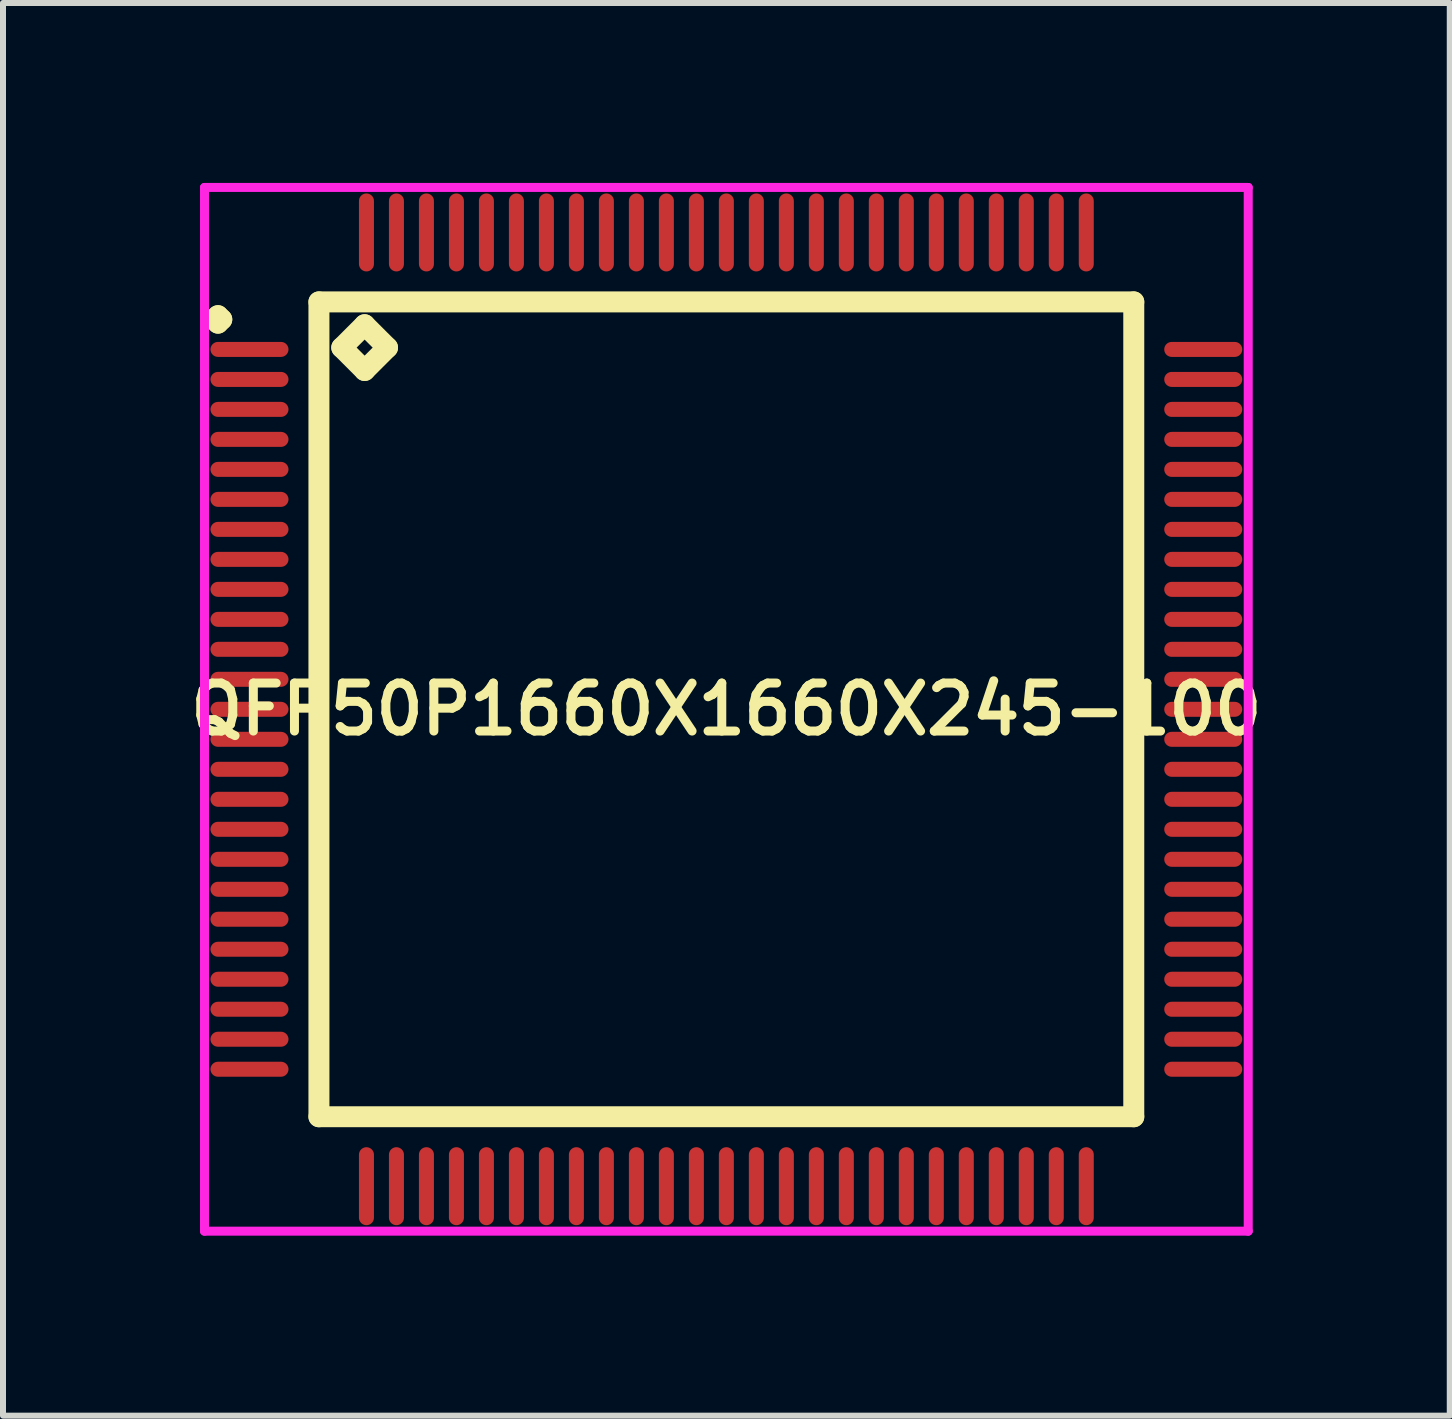
<source format=kicad_pcb>
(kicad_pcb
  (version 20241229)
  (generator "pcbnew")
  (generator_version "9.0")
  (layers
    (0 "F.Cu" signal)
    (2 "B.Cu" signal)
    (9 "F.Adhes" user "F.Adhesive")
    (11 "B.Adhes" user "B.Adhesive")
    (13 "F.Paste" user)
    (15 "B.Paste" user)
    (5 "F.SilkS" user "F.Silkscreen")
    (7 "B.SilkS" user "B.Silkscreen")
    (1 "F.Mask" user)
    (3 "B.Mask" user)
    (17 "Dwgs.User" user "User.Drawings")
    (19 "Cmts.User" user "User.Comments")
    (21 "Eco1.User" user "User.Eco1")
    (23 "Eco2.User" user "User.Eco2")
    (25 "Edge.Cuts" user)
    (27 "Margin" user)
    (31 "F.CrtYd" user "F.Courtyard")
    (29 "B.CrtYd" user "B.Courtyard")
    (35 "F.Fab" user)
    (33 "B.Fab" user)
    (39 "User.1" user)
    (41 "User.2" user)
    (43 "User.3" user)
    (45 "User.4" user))
  (footprint "QFP50P1660X1660X245-100"
    (layer "F.Cu")
    (at 9.059 8.775)
    (property "Reference" "QFP50P1660X1660X245-100" (at 0 0 0) (layer "F.SilkS") (effects (font (size 0.8 0.8) (thickness 0.15))))
    (attr smd)
    (fp_line (start -8.537 -6.5) (end -8.475 -6.562) (stroke (width 0.35) (type solid)) (layer "F.SilkS"))
    (fp_line (start -8.475 -6.562) (end -8.412 -6.5) (stroke (width 0.35) (type solid)) (layer "F.SilkS"))
    (fp_line (start -8.475 -6.438) (end -8.537 -6.5) (stroke (width 0.35) (type solid)) (layer "F.SilkS"))
    (fp_line (start -8.412 -6.5) (end -8.475 -6.438) (stroke (width 0.35) (type solid)) (layer "F.SilkS"))
    (fp_line (start -6.792 -6.792) (end -6.792 6.792) (stroke (width 0.35) (type solid)) (layer "F.SilkS"))
    (fp_line (start -6.792 6.792) (end 6.792 6.792) (stroke (width 0.35) (type solid)) (layer "F.SilkS"))
    (fp_line (start -6.411 -6.03) (end -6.03 -6.411) (stroke (width 0.35) (type solid)) (layer "F.SilkS"))
    (fp_line (start -6.03 -6.411) (end -5.649 -6.03) (stroke (width 0.35) (type solid)) (layer "F.SilkS"))
    (fp_line (start -6.03 -5.649) (end -6.411 -6.03) (stroke (width 0.35) (type solid)) (layer "F.SilkS"))
    (fp_line (start -5.649 -6.03) (end -6.03 -5.649) (stroke (width 0.35) (type solid)) (layer "F.SilkS"))
    (fp_line (start 6.792 -6.792) (end -6.792 -6.792) (stroke (width 0.35) (type solid)) (layer "F.SilkS"))
    (fp_line (start 6.792 6.792) (end 6.792 -6.792) (stroke (width 0.35) (type solid)) (layer "F.SilkS"))
    (fp_line (start -8.7 -8.7) (end 8.7 -8.7) (stroke (width 0.15) (type solid)) (layer "F.CrtYd"))
    (fp_line (start -8.7 8.7) (end -8.7 -8.7) (stroke (width 0.15) (type solid)) (layer "F.CrtYd"))
    (fp_line (start 8.7 -8.7) (end 8.7 8.7) (stroke (width 0.15) (type solid)) (layer "F.CrtYd"))
    (fp_line (start 8.7 8.7) (end -8.7 8.7) (stroke (width 0.15) (type solid)) (layer "F.CrtYd"))
    (pad "1" smd oval (at -7.95 -6) (size 1.3 0.25) (layers "F.Cu" "F.Mask" "F.Paste"))
    (pad "2" smd oval (at -7.95 -5.5) (size 1.3 0.25) (layers "F.Cu" "F.Mask" "F.Paste"))
    (pad "3" smd oval (at -7.95 -5) (size 1.3 0.25) (layers "F.Cu" "F.Mask" "F.Paste"))
    (pad "4" smd oval (at -7.95 -4.5) (size 1.3 0.25) (layers "F.Cu" "F.Mask" "F.Paste"))
    (pad "5" smd oval (at -7.95 -4) (size 1.3 0.25) (layers "F.Cu" "F.Mask" "F.Paste"))
    (pad "6" smd oval (at -7.95 -3.5) (size 1.3 0.25) (layers "F.Cu" "F.Mask" "F.Paste"))
    (pad "7" smd oval (at -7.95 -3) (size 1.3 0.25) (layers "F.Cu" "F.Mask" "F.Paste"))
    (pad "8" smd oval (at -7.95 -2.5) (size 1.3 0.25) (layers "F.Cu" "F.Mask" "F.Paste"))
    (pad "9" smd oval (at -7.95 -2) (size 1.3 0.25) (layers "F.Cu" "F.Mask" "F.Paste"))
    (pad "10" smd oval (at -7.95 -1.5) (size 1.3 0.25) (layers "F.Cu" "F.Mask" "F.Paste"))
    (pad "11" smd oval (at -7.95 -1) (size 1.3 0.25) (layers "F.Cu" "F.Mask" "F.Paste"))
    (pad "12" smd oval (at -7.95 -0.5) (size 1.3 0.25) (layers "F.Cu" "F.Mask" "F.Paste"))
    (pad "13" smd oval (at -7.95 0) (size 1.3 0.25) (layers "F.Cu" "F.Mask" "F.Paste"))
    (pad "14" smd oval (at -7.95 0.5) (size 1.3 0.25) (layers "F.Cu" "F.Mask" "F.Paste"))
    (pad "15" smd oval (at -7.95 1) (size 1.3 0.25) (layers "F.Cu" "F.Mask" "F.Paste"))
    (pad "16" smd oval (at -7.95 1.5) (size 1.3 0.25) (layers "F.Cu" "F.Mask" "F.Paste"))
    (pad "17" smd oval (at -7.95 2) (size 1.3 0.25) (layers "F.Cu" "F.Mask" "F.Paste"))
    (pad "18" smd oval (at -7.95 2.5) (size 1.3 0.25) (layers "F.Cu" "F.Mask" "F.Paste"))
    (pad "19" smd oval (at -7.95 3) (size 1.3 0.25) (layers "F.Cu" "F.Mask" "F.Paste"))
    (pad "20" smd oval (at -7.95 3.5) (size 1.3 0.25) (layers "F.Cu" "F.Mask" "F.Paste"))
    (pad "21" smd oval (at -7.95 4) (size 1.3 0.25) (layers "F.Cu" "F.Mask" "F.Paste"))
    (pad "22" smd oval (at -7.95 4.5) (size 1.3 0.25) (layers "F.Cu" "F.Mask" "F.Paste"))
    (pad "23" smd oval (at -7.95 5) (size 1.3 0.25) (layers "F.Cu" "F.Mask" "F.Paste"))
    (pad "24" smd oval (at -7.95 5.5) (size 1.3 0.25) (layers "F.Cu" "F.Mask" "F.Paste"))
    (pad "25" smd oval (at -7.95 6) (size 1.3 0.25) (layers "F.Cu" "F.Mask" "F.Paste"))
    (pad "26" smd oval (at -6 7.95) (size 0.25 1.3) (layers "F.Cu" "F.Mask" "F.Paste"))
    (pad "27" smd oval (at -5.5 7.95) (size 0.25 1.3) (layers "F.Cu" "F.Mask" "F.Paste"))
    (pad "28" smd oval (at -5 7.95) (size 0.25 1.3) (layers "F.Cu" "F.Mask" "F.Paste"))
    (pad "29" smd oval (at -4.5 7.95) (size 0.25 1.3) (layers "F.Cu" "F.Mask" "F.Paste"))
    (pad "30" smd oval (at -4 7.95) (size 0.25 1.3) (layers "F.Cu" "F.Mask" "F.Paste"))
    (pad "31" smd oval (at -3.5 7.95) (size 0.25 1.3) (layers "F.Cu" "F.Mask" "F.Paste"))
    (pad "32" smd oval (at -3 7.95) (size 0.25 1.3) (layers "F.Cu" "F.Mask" "F.Paste"))
    (pad "33" smd oval (at -2.5 7.95) (size 0.25 1.3) (layers "F.Cu" "F.Mask" "F.Paste"))
    (pad "34" smd oval (at -2 7.95) (size 0.25 1.3) (layers "F.Cu" "F.Mask" "F.Paste"))
    (pad "35" smd oval (at -1.5 7.95) (size 0.25 1.3) (layers "F.Cu" "F.Mask" "F.Paste"))
    (pad "36" smd oval (at -1 7.95) (size 0.25 1.3) (layers "F.Cu" "F.Mask" "F.Paste"))
    (pad "37" smd oval (at -0.5 7.95) (size 0.25 1.3) (layers "F.Cu" "F.Mask" "F.Paste"))
    (pad "38" smd oval (at 0 7.95) (size 0.25 1.3) (layers "F.Cu" "F.Mask" "F.Paste"))
    (pad "39" smd oval (at 0.5 7.95) (size 0.25 1.3) (layers "F.Cu" "F.Mask" "F.Paste"))
    (pad "40" smd oval (at 1 7.95) (size 0.25 1.3) (layers "F.Cu" "F.Mask" "F.Paste"))
    (pad "41" smd oval (at 1.5 7.95) (size 0.25 1.3) (layers "F.Cu" "F.Mask" "F.Paste"))
    (pad "42" smd oval (at 2 7.95) (size 0.25 1.3) (layers "F.Cu" "F.Mask" "F.Paste"))
    (pad "43" smd oval (at 2.5 7.95) (size 0.25 1.3) (layers "F.Cu" "F.Mask" "F.Paste"))
    (pad "44" smd oval (at 3 7.95) (size 0.25 1.3) (layers "F.Cu" "F.Mask" "F.Paste"))
    (pad "45" smd oval (at 3.5 7.95) (size 0.25 1.3) (layers "F.Cu" "F.Mask" "F.Paste"))
    (pad "46" smd oval (at 4 7.95) (size 0.25 1.3) (layers "F.Cu" "F.Mask" "F.Paste"))
    (pad "47" smd oval (at 4.5 7.95) (size 0.25 1.3) (layers "F.Cu" "F.Mask" "F.Paste"))
    (pad "48" smd oval (at 5 7.95) (size 0.25 1.3) (layers "F.Cu" "F.Mask" "F.Paste"))
    (pad "49" smd oval (at 5.5 7.95) (size 0.25 1.3) (layers "F.Cu" "F.Mask" "F.Paste"))
    (pad "50" smd oval (at 6 7.95) (size 0.25 1.3) (layers "F.Cu" "F.Mask" "F.Paste"))
    (pad "51" smd oval (at 7.95 6) (size 1.3 0.25) (layers "F.Cu" "F.Mask" "F.Paste"))
    (pad "52" smd oval (at 7.95 5.5) (size 1.3 0.25) (layers "F.Cu" "F.Mask" "F.Paste"))
    (pad "53" smd oval (at 7.95 5) (size 1.3 0.25) (layers "F.Cu" "F.Mask" "F.Paste"))
    (pad "54" smd oval (at 7.95 4.5) (size 1.3 0.25) (layers "F.Cu" "F.Mask" "F.Paste"))
    (pad "55" smd oval (at 7.95 4) (size 1.3 0.25) (layers "F.Cu" "F.Mask" "F.Paste"))
    (pad "56" smd oval (at 7.95 3.5) (size 1.3 0.25) (layers "F.Cu" "F.Mask" "F.Paste"))
    (pad "57" smd oval (at 7.95 3) (size 1.3 0.25) (layers "F.Cu" "F.Mask" "F.Paste"))
    (pad "58" smd oval (at 7.95 2.5) (size 1.3 0.25) (layers "F.Cu" "F.Mask" "F.Paste"))
    (pad "59" smd oval (at 7.95 2) (size 1.3 0.25) (layers "F.Cu" "F.Mask" "F.Paste"))
    (pad "60" smd oval (at 7.95 1.5) (size 1.3 0.25) (layers "F.Cu" "F.Mask" "F.Paste"))
    (pad "61" smd oval (at 7.95 1) (size 1.3 0.25) (layers "F.Cu" "F.Mask" "F.Paste"))
    (pad "62" smd oval (at 7.95 0.5) (size 1.3 0.25) (layers "F.Cu" "F.Mask" "F.Paste"))
    (pad "63" smd oval (at 7.95 0) (size 1.3 0.25) (layers "F.Cu" "F.Mask" "F.Paste"))
    (pad "64" smd oval (at 7.95 -0.5) (size 1.3 0.25) (layers "F.Cu" "F.Mask" "F.Paste"))
    (pad "65" smd oval (at 7.95 -1) (size 1.3 0.25) (layers "F.Cu" "F.Mask" "F.Paste"))
    (pad "66" smd oval (at 7.95 -1.5) (size 1.3 0.25) (layers "F.Cu" "F.Mask" "F.Paste"))
    (pad "67" smd oval (at 7.95 -2) (size 1.3 0.25) (layers "F.Cu" "F.Mask" "F.Paste"))
    (pad "68" smd oval (at 7.95 -2.5) (size 1.3 0.25) (layers "F.Cu" "F.Mask" "F.Paste"))
    (pad "69" smd oval (at 7.95 -3) (size 1.3 0.25) (layers "F.Cu" "F.Mask" "F.Paste"))
    (pad "70" smd oval (at 7.95 -3.5) (size 1.3 0.25) (layers "F.Cu" "F.Mask" "F.Paste"))
    (pad "71" smd oval (at 7.95 -4) (size 1.3 0.25) (layers "F.Cu" "F.Mask" "F.Paste"))
    (pad "72" smd oval (at 7.95 -4.5) (size 1.3 0.25) (layers "F.Cu" "F.Mask" "F.Paste"))
    (pad "73" smd oval (at 7.95 -5) (size 1.3 0.25) (layers "F.Cu" "F.Mask" "F.Paste"))
    (pad "74" smd oval (at 7.95 -5.5) (size 1.3 0.25) (layers "F.Cu" "F.Mask" "F.Paste"))
    (pad "75" smd oval (at 7.95 -6) (size 1.3 0.25) (layers "F.Cu" "F.Mask" "F.Paste"))
    (pad "76" smd oval (at 6 -7.95) (size 0.25 1.3) (layers "F.Cu" "F.Mask" "F.Paste"))
    (pad "77" smd oval (at 5.5 -7.95) (size 0.25 1.3) (layers "F.Cu" "F.Mask" "F.Paste"))
    (pad "78" smd oval (at 5 -7.95) (size 0.25 1.3) (layers "F.Cu" "F.Mask" "F.Paste"))
    (pad "79" smd oval (at 4.5 -7.95) (size 0.25 1.3) (layers "F.Cu" "F.Mask" "F.Paste"))
    (pad "80" smd oval (at 4 -7.95) (size 0.25 1.3) (layers "F.Cu" "F.Mask" "F.Paste"))
    (pad "81" smd oval (at 3.5 -7.95) (size 0.25 1.3) (layers "F.Cu" "F.Mask" "F.Paste"))
    (pad "82" smd oval (at 3 -7.95) (size 0.25 1.3) (layers "F.Cu" "F.Mask" "F.Paste"))
    (pad "83" smd oval (at 2.5 -7.95) (size 0.25 1.3) (layers "F.Cu" "F.Mask" "F.Paste"))
    (pad "84" smd oval (at 2 -7.95) (size 0.25 1.3) (layers "F.Cu" "F.Mask" "F.Paste"))
    (pad "85" smd oval (at 1.5 -7.95) (size 0.25 1.3) (layers "F.Cu" "F.Mask" "F.Paste"))
    (pad "86" smd oval (at 1 -7.95) (size 0.25 1.3) (layers "F.Cu" "F.Mask" "F.Paste"))
    (pad "87" smd oval (at 0.5 -7.95) (size 0.25 1.3) (layers "F.Cu" "F.Mask" "F.Paste"))
    (pad "88" smd oval (at 0 -7.95) (size 0.25 1.3) (layers "F.Cu" "F.Mask" "F.Paste"))
    (pad "89" smd oval (at -0.5 -7.95) (size 0.25 1.3) (layers "F.Cu" "F.Mask" "F.Paste"))
    (pad "90" smd oval (at -1 -7.95) (size 0.25 1.3) (layers "F.Cu" "F.Mask" "F.Paste"))
    (pad "91" smd oval (at -1.5 -7.95) (size 0.25 1.3) (layers "F.Cu" "F.Mask" "F.Paste"))
    (pad "92" smd oval (at -2 -7.95) (size 0.25 1.3) (layers "F.Cu" "F.Mask" "F.Paste"))
    (pad "93" smd oval (at -2.5 -7.95) (size 0.25 1.3) (layers "F.Cu" "F.Mask" "F.Paste"))
    (pad "94" smd oval (at -3 -7.95) (size 0.25 1.3) (layers "F.Cu" "F.Mask" "F.Paste"))
    (pad "95" smd oval (at -3.5 -7.95) (size 0.25 1.3) (layers "F.Cu" "F.Mask" "F.Paste"))
    (pad "96" smd oval (at -4 -7.95) (size 0.25 1.3) (layers "F.Cu" "F.Mask" "F.Paste"))
    (pad "97" smd oval (at -4.5 -7.95) (size 0.25 1.3) (layers "F.Cu" "F.Mask" "F.Paste"))
    (pad "98" smd oval (at -5 -7.95) (size 0.25 1.3) (layers "F.Cu" "F.Mask" "F.Paste"))
    (pad "99" smd oval (at -5.5 -7.95) (size 0.25 1.3) (layers "F.Cu" "F.Mask" "F.Paste"))
    (pad "100" smd oval (at -6 -7.95) (size 0.25 1.3) (layers "F.Cu" "F.Mask" "F.Paste")))
  (gr_rect
    (start -3 -3)
    (end 21.119 20.55)
    (stroke (width 0.1) (type default))
    (fill no)
    (layer "Edge.Cuts")))
</source>
